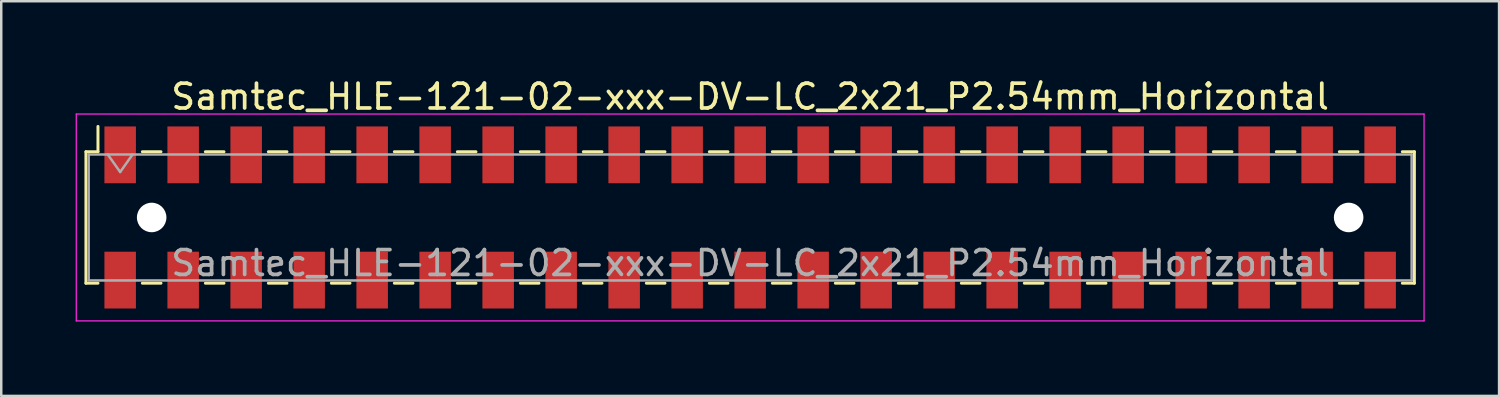
<source format=kicad_pcb>
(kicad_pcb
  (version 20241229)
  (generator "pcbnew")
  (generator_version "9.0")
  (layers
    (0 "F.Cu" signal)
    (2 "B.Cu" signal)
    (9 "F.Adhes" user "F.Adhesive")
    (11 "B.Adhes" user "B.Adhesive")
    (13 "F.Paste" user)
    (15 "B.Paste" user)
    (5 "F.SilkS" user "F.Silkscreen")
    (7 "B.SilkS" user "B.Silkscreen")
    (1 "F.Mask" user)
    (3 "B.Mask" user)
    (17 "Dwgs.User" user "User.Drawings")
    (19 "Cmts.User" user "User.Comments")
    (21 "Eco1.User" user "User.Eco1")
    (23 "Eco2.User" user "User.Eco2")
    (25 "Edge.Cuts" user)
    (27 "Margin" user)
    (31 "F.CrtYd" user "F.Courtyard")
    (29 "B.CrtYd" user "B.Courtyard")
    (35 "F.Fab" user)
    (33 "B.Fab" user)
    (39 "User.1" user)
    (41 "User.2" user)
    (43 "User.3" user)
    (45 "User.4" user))
  (footprint "Samtec_HLE-121-02-xxx-DV-LC_2x21_P2.54mm_Horizontal"
    (layer "F.Cu")
    (at 27.195 5.718)
    (property "Reference" "Samtec_HLE-121-02-xxx-DV-LC_2x21_P2.54mm_Horizontal" (at 0 -4.87 0) (layer "F.SilkS") (effects (font (size 1 1) (thickness 0.15))))
    (attr smd)
    (fp_line (start -26.78 -2.65) (end -26.78 2.65) (stroke (width 0.12) (type solid)) (layer "F.SilkS"))
    (fp_line (start -26.78 2.65) (end -26.295 2.65) (stroke (width 0.12) (type solid)) (layer "F.SilkS"))
    (fp_line (start -26.295 -3.67) (end -26.295 -2.65) (stroke (width 0.12) (type solid)) (layer "F.SilkS"))
    (fp_line (start -26.295 -2.65) (end -26.78 -2.65) (stroke (width 0.12) (type solid)) (layer "F.SilkS"))
    (fp_line (start -24.505 -2.65) (end -23.755 -2.65) (stroke (width 0.12) (type solid)) (layer "F.SilkS"))
    (fp_line (start -24.505 2.65) (end -23.755 2.65) (stroke (width 0.12) (type solid)) (layer "F.SilkS"))
    (fp_line (start -21.965 -2.65) (end -21.215 -2.65) (stroke (width 0.12) (type solid)) (layer "F.SilkS"))
    (fp_line (start -21.965 2.65) (end -21.215 2.65) (stroke (width 0.12) (type solid)) (layer "F.SilkS"))
    (fp_line (start -19.425 -2.65) (end -18.675 -2.65) (stroke (width 0.12) (type solid)) (layer "F.SilkS"))
    (fp_line (start -19.425 2.65) (end -18.675 2.65) (stroke (width 0.12) (type solid)) (layer "F.SilkS"))
    (fp_line (start -16.885 -2.65) (end -16.135 -2.65) (stroke (width 0.12) (type solid)) (layer "F.SilkS"))
    (fp_line (start -16.885 2.65) (end -16.135 2.65) (stroke (width 0.12) (type solid)) (layer "F.SilkS"))
    (fp_line (start -14.345 -2.65) (end -13.595 -2.65) (stroke (width 0.12) (type solid)) (layer "F.SilkS"))
    (fp_line (start -14.345 2.65) (end -13.595 2.65) (stroke (width 0.12) (type solid)) (layer "F.SilkS"))
    (fp_line (start -11.805 -2.65) (end -11.055 -2.65) (stroke (width 0.12) (type solid)) (layer "F.SilkS"))
    (fp_line (start -11.805 2.65) (end -11.055 2.65) (stroke (width 0.12) (type solid)) (layer "F.SilkS"))
    (fp_line (start -9.265 -2.65) (end -8.515 -2.65) (stroke (width 0.12) (type solid)) (layer "F.SilkS"))
    (fp_line (start -9.265 2.65) (end -8.515 2.65) (stroke (width 0.12) (type solid)) (layer "F.SilkS"))
    (fp_line (start -6.725 -2.65) (end -5.975 -2.65) (stroke (width 0.12) (type solid)) (layer "F.SilkS"))
    (fp_line (start -6.725 2.65) (end -5.975 2.65) (stroke (width 0.12) (type solid)) (layer "F.SilkS"))
    (fp_line (start -4.185 -2.65) (end -3.435 -2.65) (stroke (width 0.12) (type solid)) (layer "F.SilkS"))
    (fp_line (start -4.185 2.65) (end -3.435 2.65) (stroke (width 0.12) (type solid)) (layer "F.SilkS"))
    (fp_line (start -1.645 -2.65) (end -0.895 -2.65) (stroke (width 0.12) (type solid)) (layer "F.SilkS"))
    (fp_line (start -1.645 2.65) (end -0.895 2.65) (stroke (width 0.12) (type solid)) (layer "F.SilkS"))
    (fp_line (start 0.895 -2.65) (end 1.645 -2.65) (stroke (width 0.12) (type solid)) (layer "F.SilkS"))
    (fp_line (start 0.895 2.65) (end 1.645 2.65) (stroke (width 0.12) (type solid)) (layer "F.SilkS"))
    (fp_line (start 3.435 -2.65) (end 4.185 -2.65) (stroke (width 0.12) (type solid)) (layer "F.SilkS"))
    (fp_line (start 3.435 2.65) (end 4.185 2.65) (stroke (width 0.12) (type solid)) (layer "F.SilkS"))
    (fp_line (start 5.975 -2.65) (end 6.725 -2.65) (stroke (width 0.12) (type solid)) (layer "F.SilkS"))
    (fp_line (start 5.975 2.65) (end 6.725 2.65) (stroke (width 0.12) (type solid)) (layer "F.SilkS"))
    (fp_line (start 8.515 -2.65) (end 9.265 -2.65) (stroke (width 0.12) (type solid)) (layer "F.SilkS"))
    (fp_line (start 8.515 2.65) (end 9.265 2.65) (stroke (width 0.12) (type solid)) (layer "F.SilkS"))
    (fp_line (start 11.055 -2.65) (end 11.805 -2.65) (stroke (width 0.12) (type solid)) (layer "F.SilkS"))
    (fp_line (start 11.055 2.65) (end 11.805 2.65) (stroke (width 0.12) (type solid)) (layer "F.SilkS"))
    (fp_line (start 13.595 -2.65) (end 14.345 -2.65) (stroke (width 0.12) (type solid)) (layer "F.SilkS"))
    (fp_line (start 13.595 2.65) (end 14.345 2.65) (stroke (width 0.12) (type solid)) (layer "F.SilkS"))
    (fp_line (start 16.135 -2.65) (end 16.885 -2.65) (stroke (width 0.12) (type solid)) (layer "F.SilkS"))
    (fp_line (start 16.135 2.65) (end 16.885 2.65) (stroke (width 0.12) (type solid)) (layer "F.SilkS"))
    (fp_line (start 18.675 -2.65) (end 19.425 -2.65) (stroke (width 0.12) (type solid)) (layer "F.SilkS"))
    (fp_line (start 18.675 2.65) (end 19.425 2.65) (stroke (width 0.12) (type solid)) (layer "F.SilkS"))
    (fp_line (start 21.215 -2.65) (end 21.965 -2.65) (stroke (width 0.12) (type solid)) (layer "F.SilkS"))
    (fp_line (start 21.215 2.65) (end 21.965 2.65) (stroke (width 0.12) (type solid)) (layer "F.SilkS"))
    (fp_line (start 23.755 -2.65) (end 24.505 -2.65) (stroke (width 0.12) (type solid)) (layer "F.SilkS"))
    (fp_line (start 23.755 2.65) (end 24.505 2.65) (stroke (width 0.12) (type solid)) (layer "F.SilkS"))
    (fp_line (start 26.295 -2.65) (end 26.78 -2.65) (stroke (width 0.12) (type solid)) (layer "F.SilkS"))
    (fp_line (start 26.78 -2.65) (end 26.78 2.65) (stroke (width 0.12) (type solid)) (layer "F.SilkS"))
    (fp_line (start 26.78 2.65) (end 26.295 2.65) (stroke (width 0.12) (type solid)) (layer "F.SilkS"))
    (fp_line (start -27.17 -4.17) (end 27.17 -4.17) (stroke (width 0.05) (type solid)) (layer "F.CrtYd"))
    (fp_line (start -27.17 4.17) (end -27.17 -4.17) (stroke (width 0.05) (type solid)) (layer "F.CrtYd"))
    (fp_line (start 27.17 -4.17) (end 27.17 4.17) (stroke (width 0.05) (type solid)) (layer "F.CrtYd"))
    (fp_line (start 27.17 4.17) (end -27.17 4.17) (stroke (width 0.05) (type solid)) (layer "F.CrtYd"))
    (fp_line (start -26.67 -2.54) (end 26.67 -2.54) (stroke (width 0.1) (type solid)) (layer "F.Fab"))
    (fp_line (start -26.67 2.54) (end -26.67 -2.54) (stroke (width 0.1) (type solid)) (layer "F.Fab"))
    (fp_line (start -25.9 -2.54) (end -25.4 -1.833) (stroke (width 0.1) (type solid)) (layer "F.Fab"))
    (fp_line (start -25.4 -1.833) (end -24.9 -2.54) (stroke (width 0.1) (type solid)) (layer "F.Fab"))
    (fp_line (start 26.67 -2.54) (end 26.67 2.54) (stroke (width 0.1) (type solid)) (layer "F.Fab"))
    (fp_line (start 26.67 2.54) (end -26.67 2.54) (stroke (width 0.1) (type solid)) (layer "F.Fab"))
    (fp_text user "${REFERENCE}" (at 0 1.84 0) (layer "F.Fab") (effects (font (size 1 1) (thickness 0.15))))
    (pad "" np_thru_hole circle (at -24.13 0) (size 1.19 1.19) (drill 1.19) (layers "*.Cu" "*.Mask"))
    (pad "" np_thru_hole circle (at 24.13 0) (size 1.19 1.19) (drill 1.19) (layers "*.Cu" "*.Mask"))
    (pad "1" smd rect (at -25.4 -2.525) (size 1.27 2.29) (layers "F.Cu" "F.Mask" "F.Paste"))
    (pad "2" smd rect (at -25.4 2.525) (size 1.27 2.29) (layers "F.Cu" "F.Mask" "F.Paste"))
    (pad "3" smd rect (at -22.86 -2.525) (size 1.27 2.29) (layers "F.Cu" "F.Mask" "F.Paste"))
    (pad "4" smd rect (at -22.86 2.525) (size 1.27 2.29) (layers "F.Cu" "F.Mask" "F.Paste"))
    (pad "5" smd rect (at -20.32 -2.525) (size 1.27 2.29) (layers "F.Cu" "F.Mask" "F.Paste"))
    (pad "6" smd rect (at -20.32 2.525) (size 1.27 2.29) (layers "F.Cu" "F.Mask" "F.Paste"))
    (pad "7" smd rect (at -17.78 -2.525) (size 1.27 2.29) (layers "F.Cu" "F.Mask" "F.Paste"))
    (pad "8" smd rect (at -17.78 2.525) (size 1.27 2.29) (layers "F.Cu" "F.Mask" "F.Paste"))
    (pad "9" smd rect (at -15.24 -2.525) (size 1.27 2.29) (layers "F.Cu" "F.Mask" "F.Paste"))
    (pad "10" smd rect (at -15.24 2.525) (size 1.27 2.29) (layers "F.Cu" "F.Mask" "F.Paste"))
    (pad "11" smd rect (at -12.7 -2.525) (size 1.27 2.29) (layers "F.Cu" "F.Mask" "F.Paste"))
    (pad "12" smd rect (at -12.7 2.525) (size 1.27 2.29) (layers "F.Cu" "F.Mask" "F.Paste"))
    (pad "13" smd rect (at -10.16 -2.525) (size 1.27 2.29) (layers "F.Cu" "F.Mask" "F.Paste"))
    (pad "14" smd rect (at -10.16 2.525) (size 1.27 2.29) (layers "F.Cu" "F.Mask" "F.Paste"))
    (pad "15" smd rect (at -7.62 -2.525) (size 1.27 2.29) (layers "F.Cu" "F.Mask" "F.Paste"))
    (pad "16" smd rect (at -7.62 2.525) (size 1.27 2.29) (layers "F.Cu" "F.Mask" "F.Paste"))
    (pad "17" smd rect (at -5.08 -2.525) (size 1.27 2.29) (layers "F.Cu" "F.Mask" "F.Paste"))
    (pad "18" smd rect (at -5.08 2.525) (size 1.27 2.29) (layers "F.Cu" "F.Mask" "F.Paste"))
    (pad "19" smd rect (at -2.54 -2.525) (size 1.27 2.29) (layers "F.Cu" "F.Mask" "F.Paste"))
    (pad "20" smd rect (at -2.54 2.525) (size 1.27 2.29) (layers "F.Cu" "F.Mask" "F.Paste"))
    (pad "21" smd rect (at 0 -2.525) (size 1.27 2.29) (layers "F.Cu" "F.Mask" "F.Paste"))
    (pad "22" smd rect (at 0 2.525) (size 1.27 2.29) (layers "F.Cu" "F.Mask" "F.Paste"))
    (pad "23" smd rect (at 2.54 -2.525) (size 1.27 2.29) (layers "F.Cu" "F.Mask" "F.Paste"))
    (pad "24" smd rect (at 2.54 2.525) (size 1.27 2.29) (layers "F.Cu" "F.Mask" "F.Paste"))
    (pad "25" smd rect (at 5.08 -2.525) (size 1.27 2.29) (layers "F.Cu" "F.Mask" "F.Paste"))
    (pad "26" smd rect (at 5.08 2.525) (size 1.27 2.29) (layers "F.Cu" "F.Mask" "F.Paste"))
    (pad "27" smd rect (at 7.62 -2.525) (size 1.27 2.29) (layers "F.Cu" "F.Mask" "F.Paste"))
    (pad "28" smd rect (at 7.62 2.525) (size 1.27 2.29) (layers "F.Cu" "F.Mask" "F.Paste"))
    (pad "29" smd rect (at 10.16 -2.525) (size 1.27 2.29) (layers "F.Cu" "F.Mask" "F.Paste"))
    (pad "30" smd rect (at 10.16 2.525) (size 1.27 2.29) (layers "F.Cu" "F.Mask" "F.Paste"))
    (pad "31" smd rect (at 12.7 -2.525) (size 1.27 2.29) (layers "F.Cu" "F.Mask" "F.Paste"))
    (pad "32" smd rect (at 12.7 2.525) (size 1.27 2.29) (layers "F.Cu" "F.Mask" "F.Paste"))
    (pad "33" smd rect (at 15.24 -2.525) (size 1.27 2.29) (layers "F.Cu" "F.Mask" "F.Paste"))
    (pad "34" smd rect (at 15.24 2.525) (size 1.27 2.29) (layers "F.Cu" "F.Mask" "F.Paste"))
    (pad "35" smd rect (at 17.78 -2.525) (size 1.27 2.29) (layers "F.Cu" "F.Mask" "F.Paste"))
    (pad "36" smd rect (at 17.78 2.525) (size 1.27 2.29) (layers "F.Cu" "F.Mask" "F.Paste"))
    (pad "37" smd rect (at 20.32 -2.525) (size 1.27 2.29) (layers "F.Cu" "F.Mask" "F.Paste"))
    (pad "38" smd rect (at 20.32 2.525) (size 1.27 2.29) (layers "F.Cu" "F.Mask" "F.Paste"))
    (pad "39" smd rect (at 22.86 -2.525) (size 1.27 2.29) (layers "F.Cu" "F.Mask" "F.Paste"))
    (pad "40" smd rect (at 22.86 2.525) (size 1.27 2.29) (layers "F.Cu" "F.Mask" "F.Paste"))
    (pad "41" smd rect (at 25.4 -2.525) (size 1.27 2.29) (layers "F.Cu" "F.Mask" "F.Paste"))
    (pad "42" smd rect (at 25.4 2.525) (size 1.27 2.29) (layers "F.Cu" "F.Mask" "F.Paste")))
  (gr_rect
    (start -3 -3)
    (end 57.39 12.913)
    (stroke (width 0.1) (type default))
    (fill no)
    (layer "Edge.Cuts")))
</source>
